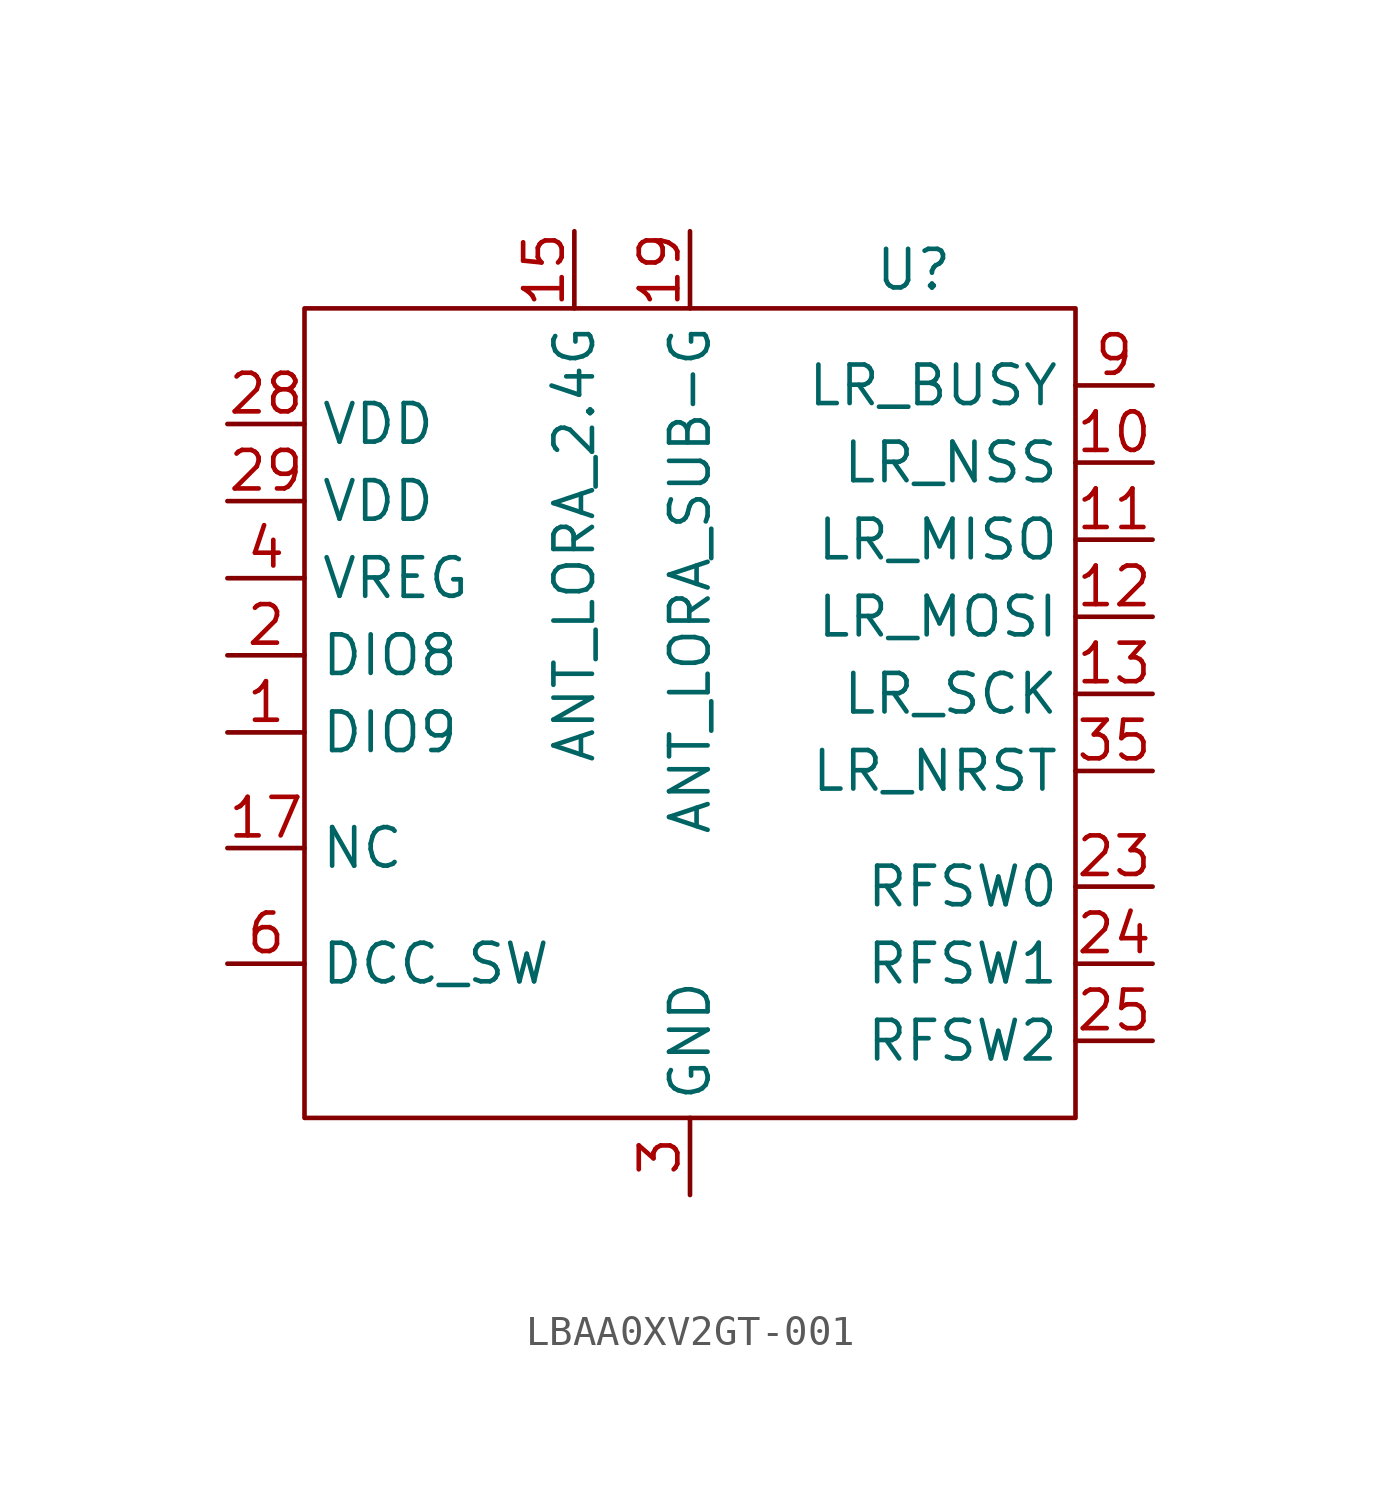
<source format=kicad_sym>
(kicad_symbol_lib
  (version 20241209)
  (generator "kicad_symbol_editor")
  (generator_version "9.0")
  (symbol "LBAA0XV2GT-001"
    (property "Reference" "U"
      (at 8.636 8.89 0)
      (effects (font (size 1.27 1.27))))
    (property "Value" ""
      (at 0 0 0)
      (effects (font (size 1.27 1.27))))
    (symbol "LBAA0XV2GT-001_0_1"
      (rectangle (start -11.43 7.62) (end 13.97 -19.05) (stroke (width 0) (type default)) (fill (type none))))
    (symbol "LBAA0XV2GT-001_1_1"
      (pin input line (at -13.97 3.81 0) (length 2.54) (name "VDD" (effects (font (size 1.27 1.27)))) (number "28" (effects (font (size 1.27 1.27)))))
      (pin input line (at -13.97 1.27 0) (length 2.54) (name "VDD" (effects (font (size 1.27 1.27)))) (number "29" (effects (font (size 1.27 1.27)))))
      (pin input line (at -13.97 -1.27 0) (length 2.54) (name "VREG" (effects (font (size 1.27 1.27)))) (number "4" (effects (font (size 1.27 1.27)))))
      (pin input line (at -13.97 -3.81 0) (length 2.54) (name "DIO8" (effects (font (size 1.27 1.27)))) (number "2" (effects (font (size 1.27 1.27)))))
      (pin input line (at -13.97 -6.35 0) (length 2.54) (name "DIO9" (effects (font (size 1.27 1.27)))) (number "1" (effects (font (size 1.27 1.27)))))
      (pin input line (at -13.97 -10.16 0) (length 2.54) (name "NC" (effects (font (size 1.27 1.27)))) (number "17" (effects (font (size 1.27 1.27)))))
      (pin input line (at -13.97 -10.16 0) (length 2.54) (hide yes) (name "NC" (effects (font (size 1.27 1.27)))) (number "21" (effects (font (size 1.27 1.27)))))
      (pin input line (at -13.97 -13.97 0) (length 2.54) (name "DCC_SW" (effects (font (size 1.27 1.27)))) (number "6" (effects (font (size 1.27 1.27)))))
      (pin input line (at -2.54 10.16 270) (length 2.54) (name "ANT_LORA_2.4G" (effects (font (size 1.27 1.27)))) (number "15" (effects (font (size 1.27 1.27)))))
      (pin input line (at 1.27 10.16 270) (length 2.54) (name "ANT_LORA_SUB-G" (effects (font (size 1.27 1.27)))) (number "19" (effects (font (size 1.27 1.27)))))
      (pin input line (at 1.27 -21.59 90) (length 2.54) (hide yes) (name "GND" (effects (font (size 1.27 1.27)))) (number "14" (effects (font (size 1.27 1.27)))))
      (pin input line (at 1.27 -21.59 90) (length 2.54) (hide yes) (name "GND" (effects (font (size 1.27 1.27)))) (number "16" (effects (font (size 1.27 1.27)))))
      (pin input line (at 1.27 -21.59 90) (length 2.54) (hide yes) (name "GND" (effects (font (size 1.27 1.27)))) (number "18" (effects (font (size 1.27 1.27)))))
      (pin input line (at 1.27 -21.59 90) (length 2.54) (hide yes) (name "GND" (effects (font (size 1.27 1.27)))) (number "20" (effects (font (size 1.27 1.27)))))
      (pin input line (at 1.27 -21.59 90) (length 2.54) (hide yes) (name "GND" (effects (font (size 1.27 1.27)))) (number "22" (effects (font (size 1.27 1.27)))))
      (pin input line (at 1.27 -21.59 90) (length 2.54) (hide yes) (name "GND" (effects (font (size 1.27 1.27)))) (number "26" (effects (font (size 1.27 1.27)))))
      (pin input line (at 1.27 -21.59 90) (length 2.54) (hide yes) (name "GND" (effects (font (size 1.27 1.27)))) (number "27" (effects (font (size 1.27 1.27)))))
      (pin input line (at 1.27 -21.59 90) (length 2.54) (name "GND" (effects (font (size 1.27 1.27)))) (number "3" (effects (font (size 1.27 1.27)))))
      (pin input line (at 1.27 -21.59 90) (length 2.54) (hide yes) (name "GND" (effects (font (size 1.27 1.27)))) (number "30" (effects (font (size 1.27 1.27)))))
      (pin input line (at 1.27 -21.59 90) (length 2.54) (hide yes) (name "GND" (effects (font (size 1.27 1.27)))) (number "31" (effects (font (size 1.27 1.27)))))
      (pin input line (at 1.27 -21.59 90) (length 2.54) (hide yes) (name "GND" (effects (font (size 1.27 1.27)))) (number "32" (effects (font (size 1.27 1.27)))))
      (pin input line (at 1.27 -21.59 90) (length 2.54) (hide yes) (name "GND" (effects (font (size 1.27 1.27)))) (number "33" (effects (font (size 1.27 1.27)))))
      (pin input line (at 1.27 -21.59 90) (length 2.54) (hide yes) (name "GND" (effects (font (size 1.27 1.27)))) (number "34" (effects (font (size 1.27 1.27)))))
      (pin input line (at 1.27 -21.59 90) (length 2.54) (hide yes) (name "GND" (effects (font (size 1.27 1.27)))) (number "36" (effects (font (size 1.27 1.27)))))
      (pin input line (at 1.27 -21.59 90) (length 2.54) (hide yes) (name "GND" (effects (font (size 1.27 1.27)))) (number "37" (effects (font (size 1.27 1.27)))))
      (pin input line (at 1.27 -21.59 90) (length 2.54) (hide yes) (name "GND" (effects (font (size 1.27 1.27)))) (number "38" (effects (font (size 1.27 1.27)))))
      (pin input line (at 1.27 -21.59 90) (length 2.54) (hide yes) (name "GND" (effects (font (size 1.27 1.27)))) (number "39" (effects (font (size 1.27 1.27)))))
      (pin input line (at 1.27 -21.59 90) (length 2.54) (hide yes) (name "GND" (effects (font (size 1.27 1.27)))) (number "40" (effects (font (size 1.27 1.27)))))
      (pin input line (at 1.27 -21.59 90) (length 2.54) (hide yes) (name "GND" (effects (font (size 1.27 1.27)))) (number "41" (effects (font (size 1.27 1.27)))))
      (pin input line (at 1.27 -21.59 90) (length 2.54) (hide yes) (name "GND" (effects (font (size 1.27 1.27)))) (number "42" (effects (font (size 1.27 1.27)))))
      (pin input line (at 1.27 -21.59 90) (length 2.54) (hide yes) (name "GND" (effects (font (size 1.27 1.27)))) (number "43" (effects (font (size 1.27 1.27)))))
      (pin input line (at 1.27 -21.59 90) (length 2.54) (hide yes) (name "GND" (effects (font (size 1.27 1.27)))) (number "44" (effects (font (size 1.27 1.27)))))
      (pin input line (at 1.27 -21.59 90) (length 2.54) (hide yes) (name "GND" (effects (font (size 1.27 1.27)))) (number "45" (effects (font (size 1.27 1.27)))))
      (pin input line (at 1.27 -21.59 90) (length 2.54) (hide yes) (name "GND" (effects (font (size 1.27 1.27)))) (number "46" (effects (font (size 1.27 1.27)))))
      (pin input line (at 1.27 -21.59 90) (length 2.54) (hide yes) (name "GND" (effects (font (size 1.27 1.27)))) (number "47" (effects (font (size 1.27 1.27)))))
      (pin input line (at 1.27 -21.59 90) (length 2.54) (hide yes) (name "GND" (effects (font (size 1.27 1.27)))) (number "48" (effects (font (size 1.27 1.27)))))
      (pin input line (at 1.27 -21.59 90) (length 2.54) (hide yes) (name "GND" (effects (font (size 1.27 1.27)))) (number "5" (effects (font (size 1.27 1.27)))))
      (pin input line (at 1.27 -21.59 90) (length 2.54) (hide yes) (name "GND" (effects (font (size 1.27 1.27)))) (number "7" (effects (font (size 1.27 1.27)))))
      (pin input line (at 1.27 -21.59 90) (length 2.54) (hide yes) (name "GND" (effects (font (size 1.27 1.27)))) (number "8" (effects (font (size 1.27 1.27)))))
      (pin input line (at 16.51 5.08 180) (length 2.54) (name "LR_BUSY" (effects (font (size 1.27 1.27)))) (number "9" (effects (font (size 1.27 1.27)))))
      (pin input line (at 16.51 2.54 180) (length 2.54) (name "LR_NSS" (effects (font (size 1.27 1.27)))) (number "10" (effects (font (size 1.27 1.27)))))
      (pin input line (at 16.51 0 180) (length 2.54) (name "LR_MISO" (effects (font (size 1.27 1.27)))) (number "11" (effects (font (size 1.27 1.27)))))
      (pin input line (at 16.51 -2.54 180) (length 2.54) (name "LR_MOSI" (effects (font (size 1.27 1.27)))) (number "12" (effects (font (size 1.27 1.27)))))
      (pin input line (at 16.51 -5.08 180) (length 2.54) (name "LR_SCK" (effects (font (size 1.27 1.27)))) (number "13" (effects (font (size 1.27 1.27)))))
      (pin input line (at 16.51 -7.62 180) (length 2.54) (name "LR_NRST" (effects (font (size 1.27 1.27)))) (number "35" (effects (font (size 1.27 1.27)))))
      (pin input line (at 16.51 -11.43 180) (length 2.54) (name "RFSW0" (effects (font (size 1.27 1.27)))) (number "23" (effects (font (size 1.27 1.27)))))
      (pin input line (at 16.51 -13.97 180) (length 2.54) (name "RFSW1" (effects (font (size 1.27 1.27)))) (number "24" (effects (font (size 1.27 1.27)))))
      (pin input line (at 16.51 -16.51 180) (length 2.54) (name "RFSW2" (effects (font (size 1.27 1.27)))) (number "25" (effects (font (size 1.27 1.27))))))))
</source>
